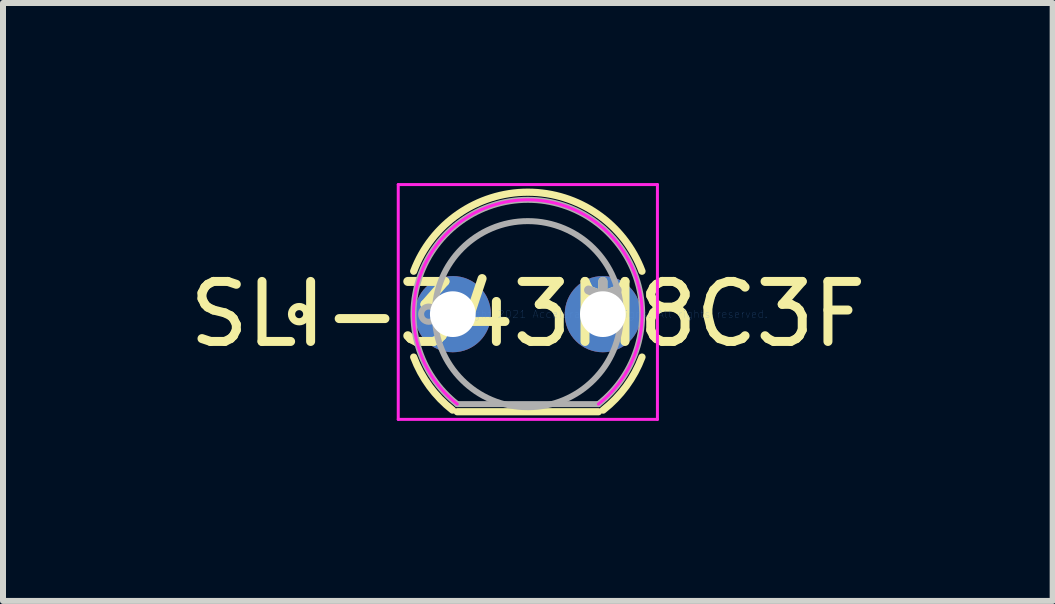
<source format=kicad_pcb>
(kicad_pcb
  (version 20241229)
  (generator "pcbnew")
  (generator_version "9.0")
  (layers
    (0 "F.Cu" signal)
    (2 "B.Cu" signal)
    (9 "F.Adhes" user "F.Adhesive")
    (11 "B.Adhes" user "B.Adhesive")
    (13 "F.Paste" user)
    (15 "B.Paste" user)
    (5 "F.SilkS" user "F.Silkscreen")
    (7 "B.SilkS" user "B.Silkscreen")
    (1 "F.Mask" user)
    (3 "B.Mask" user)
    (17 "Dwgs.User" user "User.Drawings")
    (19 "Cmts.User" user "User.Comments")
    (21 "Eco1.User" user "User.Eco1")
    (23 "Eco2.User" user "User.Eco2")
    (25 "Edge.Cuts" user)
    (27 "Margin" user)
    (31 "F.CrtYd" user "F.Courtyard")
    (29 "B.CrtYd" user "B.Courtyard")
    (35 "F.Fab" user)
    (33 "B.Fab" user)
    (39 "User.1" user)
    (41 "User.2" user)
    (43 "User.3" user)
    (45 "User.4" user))
  (footprint "SLI-343M8C3F"
    (layer "F.Cu")
    (at 6.994 2.184)
    (property "Reference" "SLI-343M8C3F" (at -1.25 0 0) (layer "F.SilkS") (effects (font (size 1 1) (thickness 0.15))))
    (attr through_hole)
    (fp_line (start -2.426 1.626) (end -0.074 1.626) (stroke (width 0.12) (type solid)) (layer "F.SilkS"))
    (fp_arc (start -3.152001 -0.715133) (mid -1.25 -2.032) (end 0.652001 -0.715133) (stroke (width 0.12) (type solid)) (layer "F.SilkS"))
    (fp_arc (start -2.504514 1.598505) (mid -2.888898 1.201265) (end -3.152002 0.715131) (stroke (width 0.12) (type solid)) (layer "F.SilkS"))
    (fp_arc (start 0.652002 0.715133) (mid 0.388897 1.201268) (end 0.004512 1.598507) (stroke (width 0.12) (type solid)) (layer "F.SilkS"))
    (fp_circle (center -5.06 0) (end -4.933 0) (stroke (width 0.12) (type solid)) (fill no) (layer "F.SilkS"))
    (fp_line (start -3.409 -2.159) (end 0.909 -2.159) (stroke (width 0.05) (type solid)) (layer "F.CrtYd"))
    (fp_line (start -3.409 1.753) (end -3.409 -2.159) (stroke (width 0.05) (type solid)) (layer "F.CrtYd"))
    (fp_line (start 0.909 -2.159) (end 0.909 1.753) (stroke (width 0.05) (type solid)) (layer "F.CrtYd"))
    (fp_line (start 0.909 1.753) (end -3.409 1.753) (stroke (width 0.05) (type solid)) (layer "F.CrtYd"))
    (fp_arc (start -2.426104 1.498601) (mid -1.250001 -1.905) (end -0.073895 1.4986) (stroke (width 0.05) (type solid)) (layer "F.CrtYd"))
    (fp_line (start -2.754 0) (end -2.246 0) (stroke (width 0.1) (type solid)) (layer "F.Fab"))
    (fp_line (start -2.5 0.254) (end -2.5 -0.254) (stroke (width 0.1) (type solid)) (layer "F.Fab"))
    (fp_line (start -2.426 1.499) (end -0.074 1.499) (stroke (width 0.1) (type solid)) (layer "F.Fab"))
    (fp_arc (start -2.426104 1.498601) (mid -1.250001 -1.905) (end -0.073895 1.4986) (stroke (width 0.1) (type solid)) (layer "F.Fab"))
    (fp_circle (center -2.901 0) (end -2.774 0) (stroke (width 0.1) (type solid)) (fill no) (layer "F.Fab"))
    (fp_circle (center -1.25 0) (end 0.3 0) (stroke (width 0.1) (type solid)) (fill no) (layer "F.Fab"))
    (fp_text user "*" (at 0 0 0) (layer "F.SilkS") (effects (font (size 1 1) (thickness 0.15))))
    (fp_text user "Copyright 2021 Accelerated Designs. All rights reserved." (at 0 0 0) (layer "Cmts.User") (effects (font (size 0.127 0.127) (thickness 0.002))))
    (fp_text user "*" (at 0 0 0) (layer "F.Fab") (effects (font (size 1 1) (thickness 0.15))))
    (pad "1" thru_hole circle (at -2.5 0) (size 1.27 1.27) (drill 0.762) (layers "*.Cu" "*.Mask"))
    (pad "3" thru_hole circle (at 0 0) (size 1.27 1.27) (drill 0.762) (layers "*.Cu" "*.Mask")))
  (gr_rect
    (start -3 -3)
    (end 14.488 6.962)
    (stroke (width 0.1) (type default))
    (fill no)
    (layer "Edge.Cuts")))
</source>
